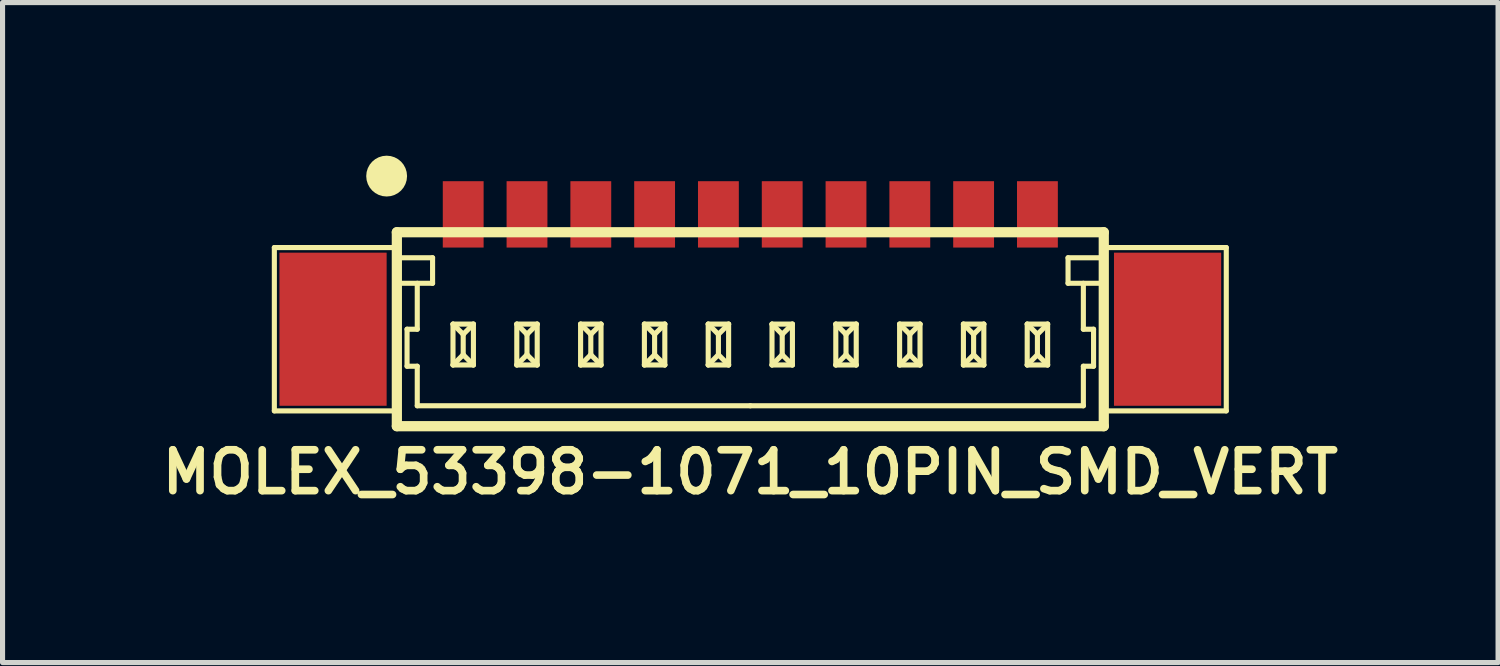
<source format=kicad_pcb>
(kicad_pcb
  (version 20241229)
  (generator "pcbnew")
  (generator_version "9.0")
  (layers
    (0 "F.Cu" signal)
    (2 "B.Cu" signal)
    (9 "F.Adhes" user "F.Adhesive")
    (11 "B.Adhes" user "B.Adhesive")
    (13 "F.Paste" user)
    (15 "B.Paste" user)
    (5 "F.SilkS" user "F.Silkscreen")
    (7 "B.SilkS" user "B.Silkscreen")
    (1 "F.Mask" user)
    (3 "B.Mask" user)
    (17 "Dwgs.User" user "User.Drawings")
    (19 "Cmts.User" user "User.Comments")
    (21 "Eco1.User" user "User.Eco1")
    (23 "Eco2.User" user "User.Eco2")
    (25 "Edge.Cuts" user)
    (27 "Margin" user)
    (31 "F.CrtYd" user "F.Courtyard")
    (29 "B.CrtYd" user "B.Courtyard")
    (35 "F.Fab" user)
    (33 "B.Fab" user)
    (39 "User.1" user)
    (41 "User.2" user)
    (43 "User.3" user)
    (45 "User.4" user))
  (footprint "MOLEX_53398-1071_10PIN_SMD_VERT"
    (layer "F.Cu")
    (at 11.65 3.4)
    (property "Reference" "MOLEX_53398-1071_10PIN_SMD_VERT" (at 0 2.8 0) (layer "F.SilkS") (effects (font (size 0.8 0.8) (thickness 0.15))))
    (attr through_hole)
    (fp_line (start -9.325 -1.6) (end -6.925 -1.6) (stroke (width 0.1) (type solid)) (layer "F.SilkS"))
    (fp_line (start -9.325 1.6) (end -9.325 -1.6) (stroke (width 0.1) (type solid)) (layer "F.SilkS"))
    (fp_line (start -6.925 -1.9) (end -6.925 1.9) (stroke (width 0.2) (type solid)) (layer "F.SilkS"))
    (fp_line (start -6.925 -1.9) (end 6.925 -1.9) (stroke (width 0.2) (type solid)) (layer "F.SilkS"))
    (fp_line (start -6.925 -0.9) (end -6.225 -0.9) (stroke (width 0.1) (type solid)) (layer "F.SilkS"))
    (fp_line (start -6.925 1.6) (end -9.325 1.6) (stroke (width 0.1) (type solid)) (layer "F.SilkS"))
    (fp_line (start -6.925 1.9) (end 6.925 1.9) (stroke (width 0.2) (type solid)) (layer "F.SilkS"))
    (fp_line (start -6.725 0) (end -6.525 0) (stroke (width 0.1) (type solid)) (layer "F.SilkS"))
    (fp_line (start -6.725 0.725) (end -6.725 0) (stroke (width 0.1) (type solid)) (layer "F.SilkS"))
    (fp_line (start -6.525 0) (end -6.525 -0.9) (stroke (width 0.1) (type solid)) (layer "F.SilkS"))
    (fp_line (start -6.525 0.725) (end -6.725 0.725) (stroke (width 0.1) (type solid)) (layer "F.SilkS"))
    (fp_line (start -6.525 1.5) (end -6.525 0.725) (stroke (width 0.1) (type solid)) (layer "F.SilkS"))
    (fp_line (start -6.225 -1.4) (end -6.925 -1.4) (stroke (width 0.1) (type solid)) (layer "F.SilkS"))
    (fp_line (start -6.225 -0.9) (end -6.225 -1.4) (stroke (width 0.1) (type solid)) (layer "F.SilkS"))
    (fp_line (start -5.825 -0.1) (end -5.825 0.7) (stroke (width 0.1) (type solid)) (layer "F.SilkS"))
    (fp_line (start -5.825 -0.1) (end -5.625 0.1) (stroke (width 0.1) (type solid)) (layer "F.SilkS"))
    (fp_line (start -5.825 -0.1) (end -5.425 -0.1) (stroke (width 0.1) (type solid)) (layer "F.SilkS"))
    (fp_line (start -5.825 0.7) (end -5.625 0.5) (stroke (width 0.1) (type solid)) (layer "F.SilkS"))
    (fp_line (start -5.825 0.7) (end -5.425 0.7) (stroke (width 0.1) (type solid)) (layer "F.SilkS"))
    (fp_line (start -5.625 0.1) (end -5.425 -0.1) (stroke (width 0.1) (type solid)) (layer "F.SilkS"))
    (fp_line (start -5.625 0.5) (end -5.625 0.1) (stroke (width 0.1) (type solid)) (layer "F.SilkS"))
    (fp_line (start -5.625 0.5) (end -5.425 0.7) (stroke (width 0.1) (type solid)) (layer "F.SilkS"))
    (fp_line (start -5.425 -0.1) (end -5.425 0.7) (stroke (width 0.1) (type solid)) (layer "F.SilkS"))
    (fp_line (start -4.575 -0.1) (end -4.575 0.7) (stroke (width 0.1) (type solid)) (layer "F.SilkS"))
    (fp_line (start -4.575 -0.1) (end -4.375 0.1) (stroke (width 0.1) (type solid)) (layer "F.SilkS"))
    (fp_line (start -4.575 -0.1) (end -4.175 -0.1) (stroke (width 0.1) (type solid)) (layer "F.SilkS"))
    (fp_line (start -4.575 0.7) (end -4.375 0.5) (stroke (width 0.1) (type solid)) (layer "F.SilkS"))
    (fp_line (start -4.575 0.7) (end -4.175 0.7) (stroke (width 0.1) (type solid)) (layer "F.SilkS"))
    (fp_line (start -4.375 0.1) (end -4.175 -0.1) (stroke (width 0.1) (type solid)) (layer "F.SilkS"))
    (fp_line (start -4.375 0.5) (end -4.375 0.1) (stroke (width 0.1) (type solid)) (layer "F.SilkS"))
    (fp_line (start -4.375 0.5) (end -4.175 0.7) (stroke (width 0.1) (type solid)) (layer "F.SilkS"))
    (fp_line (start -4.175 -0.1) (end -4.175 0.7) (stroke (width 0.1) (type solid)) (layer "F.SilkS"))
    (fp_line (start -3.325 -0.1) (end -3.325 0.7) (stroke (width 0.1) (type solid)) (layer "F.SilkS"))
    (fp_line (start -3.325 -0.1) (end -3.125 0.1) (stroke (width 0.1) (type solid)) (layer "F.SilkS"))
    (fp_line (start -3.325 -0.1) (end -2.925 -0.1) (stroke (width 0.1) (type solid)) (layer "F.SilkS"))
    (fp_line (start -3.325 0.7) (end -3.125 0.5) (stroke (width 0.1) (type solid)) (layer "F.SilkS"))
    (fp_line (start -3.325 0.7) (end -2.925 0.7) (stroke (width 0.1) (type solid)) (layer "F.SilkS"))
    (fp_line (start -3.125 0.1) (end -2.925 -0.1) (stroke (width 0.1) (type solid)) (layer "F.SilkS"))
    (fp_line (start -3.125 0.5) (end -3.125 0.1) (stroke (width 0.1) (type solid)) (layer "F.SilkS"))
    (fp_line (start -3.125 0.5) (end -2.925 0.7) (stroke (width 0.1) (type solid)) (layer "F.SilkS"))
    (fp_line (start -2.925 -0.1) (end -2.925 0.7) (stroke (width 0.1) (type solid)) (layer "F.SilkS"))
    (fp_line (start -2.075 -0.1) (end -2.075 0.7) (stroke (width 0.1) (type solid)) (layer "F.SilkS"))
    (fp_line (start -2.075 -0.1) (end -1.875 0.1) (stroke (width 0.1) (type solid)) (layer "F.SilkS"))
    (fp_line (start -2.075 -0.1) (end -1.675 -0.1) (stroke (width 0.1) (type solid)) (layer "F.SilkS"))
    (fp_line (start -2.075 0.7) (end -1.875 0.5) (stroke (width 0.1) (type solid)) (layer "F.SilkS"))
    (fp_line (start -2.075 0.7) (end -1.675 0.7) (stroke (width 0.1) (type solid)) (layer "F.SilkS"))
    (fp_line (start -1.875 0.1) (end -1.675 -0.1) (stroke (width 0.1) (type solid)) (layer "F.SilkS"))
    (fp_line (start -1.875 0.5) (end -1.875 0.1) (stroke (width 0.1) (type solid)) (layer "F.SilkS"))
    (fp_line (start -1.875 0.5) (end -1.675 0.7) (stroke (width 0.1) (type solid)) (layer "F.SilkS"))
    (fp_line (start -1.675 -0.1) (end -1.675 0.7) (stroke (width 0.1) (type solid)) (layer "F.SilkS"))
    (fp_line (start -0.825 -0.1) (end -0.825 0.7) (stroke (width 0.1) (type solid)) (layer "F.SilkS"))
    (fp_line (start -0.825 -0.1) (end -0.625 0.1) (stroke (width 0.1) (type solid)) (layer "F.SilkS"))
    (fp_line (start -0.825 -0.1) (end -0.425 -0.1) (stroke (width 0.1) (type solid)) (layer "F.SilkS"))
    (fp_line (start -0.825 0.7) (end -0.625 0.5) (stroke (width 0.1) (type solid)) (layer "F.SilkS"))
    (fp_line (start -0.825 0.7) (end -0.425 0.7) (stroke (width 0.1) (type solid)) (layer "F.SilkS"))
    (fp_line (start -0.625 0.1) (end -0.425 -0.1) (stroke (width 0.1) (type solid)) (layer "F.SilkS"))
    (fp_line (start -0.625 0.5) (end -0.625 0.1) (stroke (width 0.1) (type solid)) (layer "F.SilkS"))
    (fp_line (start -0.625 0.5) (end -0.425 0.7) (stroke (width 0.1) (type solid)) (layer "F.SilkS"))
    (fp_line (start -0.425 -0.1) (end -0.425 0.7) (stroke (width 0.1) (type solid)) (layer "F.SilkS"))
    (fp_line (start 0 1.5) (end -6.525 1.5) (stroke (width 0.1) (type solid)) (layer "F.SilkS"))
    (fp_line (start 0 1.5) (end 6.525 1.5) (stroke (width 0.1) (type solid)) (layer "F.SilkS"))
    (fp_line (start 0.425 -0.1) (end 0.425 0.7) (stroke (width 0.1) (type solid)) (layer "F.SilkS"))
    (fp_line (start 0.425 -0.1) (end 0.625 0.1) (stroke (width 0.1) (type solid)) (layer "F.SilkS"))
    (fp_line (start 0.425 -0.1) (end 0.825 -0.1) (stroke (width 0.1) (type solid)) (layer "F.SilkS"))
    (fp_line (start 0.425 0.7) (end 0.625 0.5) (stroke (width 0.1) (type solid)) (layer "F.SilkS"))
    (fp_line (start 0.425 0.7) (end 0.825 0.7) (stroke (width 0.1) (type solid)) (layer "F.SilkS"))
    (fp_line (start 0.625 0.1) (end 0.825 -0.1) (stroke (width 0.1) (type solid)) (layer "F.SilkS"))
    (fp_line (start 0.625 0.5) (end 0.625 0.1) (stroke (width 0.1) (type solid)) (layer "F.SilkS"))
    (fp_line (start 0.625 0.5) (end 0.825 0.7) (stroke (width 0.1) (type solid)) (layer "F.SilkS"))
    (fp_line (start 0.825 -0.1) (end 0.825 0.7) (stroke (width 0.1) (type solid)) (layer "F.SilkS"))
    (fp_line (start 1.675 -0.1) (end 1.675 0.7) (stroke (width 0.1) (type solid)) (layer "F.SilkS"))
    (fp_line (start 1.675 -0.1) (end 1.875 0.1) (stroke (width 0.1) (type solid)) (layer "F.SilkS"))
    (fp_line (start 1.675 -0.1) (end 2.075 -0.1) (stroke (width 0.1) (type solid)) (layer "F.SilkS"))
    (fp_line (start 1.675 0.7) (end 1.875 0.5) (stroke (width 0.1) (type solid)) (layer "F.SilkS"))
    (fp_line (start 1.675 0.7) (end 2.075 0.7) (stroke (width 0.1) (type solid)) (layer "F.SilkS"))
    (fp_line (start 1.875 0.1) (end 2.075 -0.1) (stroke (width 0.1) (type solid)) (layer "F.SilkS"))
    (fp_line (start 1.875 0.5) (end 1.875 0.1) (stroke (width 0.1) (type solid)) (layer "F.SilkS"))
    (fp_line (start 1.875 0.5) (end 2.075 0.7) (stroke (width 0.1) (type solid)) (layer "F.SilkS"))
    (fp_line (start 2.075 -0.1) (end 2.075 0.7) (stroke (width 0.1) (type solid)) (layer "F.SilkS"))
    (fp_line (start 2.925 -0.1) (end 2.925 0.7) (stroke (width 0.1) (type solid)) (layer "F.SilkS"))
    (fp_line (start 2.925 -0.1) (end 3.125 0.1) (stroke (width 0.1) (type solid)) (layer "F.SilkS"))
    (fp_line (start 2.925 -0.1) (end 3.325 -0.1) (stroke (width 0.1) (type solid)) (layer "F.SilkS"))
    (fp_line (start 2.925 0.7) (end 3.125 0.5) (stroke (width 0.1) (type solid)) (layer "F.SilkS"))
    (fp_line (start 2.925 0.7) (end 3.325 0.7) (stroke (width 0.1) (type solid)) (layer "F.SilkS"))
    (fp_line (start 3.125 0.1) (end 3.325 -0.1) (stroke (width 0.1) (type solid)) (layer "F.SilkS"))
    (fp_line (start 3.125 0.5) (end 3.125 0.1) (stroke (width 0.1) (type solid)) (layer "F.SilkS"))
    (fp_line (start 3.125 0.5) (end 3.325 0.7) (stroke (width 0.1) (type solid)) (layer "F.SilkS"))
    (fp_line (start 3.325 -0.1) (end 3.325 0.7) (stroke (width 0.1) (type solid)) (layer "F.SilkS"))
    (fp_line (start 4.175 -0.1) (end 4.175 0.7) (stroke (width 0.1) (type solid)) (layer "F.SilkS"))
    (fp_line (start 4.175 -0.1) (end 4.375 0.1) (stroke (width 0.1) (type solid)) (layer "F.SilkS"))
    (fp_line (start 4.175 -0.1) (end 4.575 -0.1) (stroke (width 0.1) (type solid)) (layer "F.SilkS"))
    (fp_line (start 4.175 0.7) (end 4.375 0.5) (stroke (width 0.1) (type solid)) (layer "F.SilkS"))
    (fp_line (start 4.175 0.7) (end 4.575 0.7) (stroke (width 0.1) (type solid)) (layer "F.SilkS"))
    (fp_line (start 4.375 0.1) (end 4.575 -0.1) (stroke (width 0.1) (type solid)) (layer "F.SilkS"))
    (fp_line (start 4.375 0.5) (end 4.375 0.1) (stroke (width 0.1) (type solid)) (layer "F.SilkS"))
    (fp_line (start 4.375 0.5) (end 4.575 0.7) (stroke (width 0.1) (type solid)) (layer "F.SilkS"))
    (fp_line (start 4.575 -0.1) (end 4.575 0.7) (stroke (width 0.1) (type solid)) (layer "F.SilkS"))
    (fp_line (start 5.425 -0.1) (end 5.425 0.7) (stroke (width 0.1) (type solid)) (layer "F.SilkS"))
    (fp_line (start 5.425 -0.1) (end 5.625 0.1) (stroke (width 0.1) (type solid)) (layer "F.SilkS"))
    (fp_line (start 5.425 -0.1) (end 5.825 -0.1) (stroke (width 0.1) (type solid)) (layer "F.SilkS"))
    (fp_line (start 5.425 0.7) (end 5.625 0.5) (stroke (width 0.1) (type solid)) (layer "F.SilkS"))
    (fp_line (start 5.425 0.7) (end 5.825 0.7) (stroke (width 0.1) (type solid)) (layer "F.SilkS"))
    (fp_line (start 5.625 0.1) (end 5.825 -0.1) (stroke (width 0.1) (type solid)) (layer "F.SilkS"))
    (fp_line (start 5.625 0.5) (end 5.625 0.1) (stroke (width 0.1) (type solid)) (layer "F.SilkS"))
    (fp_line (start 5.625 0.5) (end 5.825 0.7) (stroke (width 0.1) (type solid)) (layer "F.SilkS"))
    (fp_line (start 5.825 -0.1) (end 5.825 0.7) (stroke (width 0.1) (type solid)) (layer "F.SilkS"))
    (fp_line (start 6.225 -1.4) (end 6.925 -1.4) (stroke (width 0.1) (type solid)) (layer "F.SilkS"))
    (fp_line (start 6.225 -0.9) (end 6.225 -1.4) (stroke (width 0.1) (type solid)) (layer "F.SilkS"))
    (fp_line (start 6.525 0) (end 6.525 -0.9) (stroke (width 0.1) (type solid)) (layer "F.SilkS"))
    (fp_line (start 6.525 0.725) (end 6.725 0.725) (stroke (width 0.1) (type solid)) (layer "F.SilkS"))
    (fp_line (start 6.525 1.5) (end 6.525 0.725) (stroke (width 0.1) (type solid)) (layer "F.SilkS"))
    (fp_line (start 6.725 0) (end 6.525 0) (stroke (width 0.1) (type solid)) (layer "F.SilkS"))
    (fp_line (start 6.725 0.725) (end 6.725 0) (stroke (width 0.1) (type solid)) (layer "F.SilkS"))
    (fp_line (start 6.925 -1.9) (end 6.925 1.9) (stroke (width 0.2) (type solid)) (layer "F.SilkS"))
    (fp_line (start 6.925 -0.9) (end 6.225 -0.9) (stroke (width 0.1) (type solid)) (layer "F.SilkS"))
    (fp_line (start 6.925 1.6) (end 9.325 1.6) (stroke (width 0.1) (type solid)) (layer "F.SilkS"))
    (fp_line (start 9.325 -1.6) (end 6.925 -1.6) (stroke (width 0.1) (type solid)) (layer "F.SilkS"))
    (fp_line (start 9.325 1.6) (end 9.325 -1.6) (stroke (width 0.1) (type solid)) (layer "F.SilkS"))
    (fp_circle (center -7.125 -3) (end -7.125 -2.8) (stroke (width 0.4) (type solid)) (fill no) (layer "F.SilkS"))
    (pad "" smd rect (at -8.175 0) (size 2.1 3) (layers "F.Cu" "F.Mask"))
    (pad "" smd rect (at 8.175 0) (size 2.1 3) (layers "F.Cu" "F.Mask"))
    (pad "1" smd rect (at -5.625 -2.25) (size 0.8 1.3) (layers "F.Cu" "F.Mask"))
    (pad "2" smd rect (at -4.375 -2.25) (size 0.8 1.3) (layers "F.Cu" "F.Mask"))
    (pad "3" smd rect (at -3.125 -2.25) (size 0.8 1.3) (layers "F.Cu" "F.Mask"))
    (pad "4" smd rect (at -1.875 -2.25) (size 0.8 1.3) (layers "F.Cu" "F.Mask"))
    (pad "5" smd rect (at -0.625 -2.25) (size 0.8 1.3) (layers "F.Cu" "F.Mask"))
    (pad "6" smd rect (at 0.625 -2.25) (size 0.8 1.3) (layers "F.Cu" "F.Mask"))
    (pad "7" smd rect (at 1.875 -2.25) (size 0.8 1.3) (layers "F.Cu" "F.Mask"))
    (pad "8" smd rect (at 3.125 -2.25) (size 0.8 1.3) (layers "F.Cu" "F.Mask"))
    (pad "9" smd rect (at 4.375 -2.25) (size 0.8 1.3) (layers "F.Cu" "F.Mask"))
    (pad "10" smd rect (at 5.625 -2.25) (size 0.8 1.3) (layers "F.Cu" "F.Mask")))
  (gr_rect
    (start -3 -3)
    (end 26.3 9.931)
    (stroke (width 0.1) (type default))
    (fill no)
    (layer "Edge.Cuts")))
</source>
